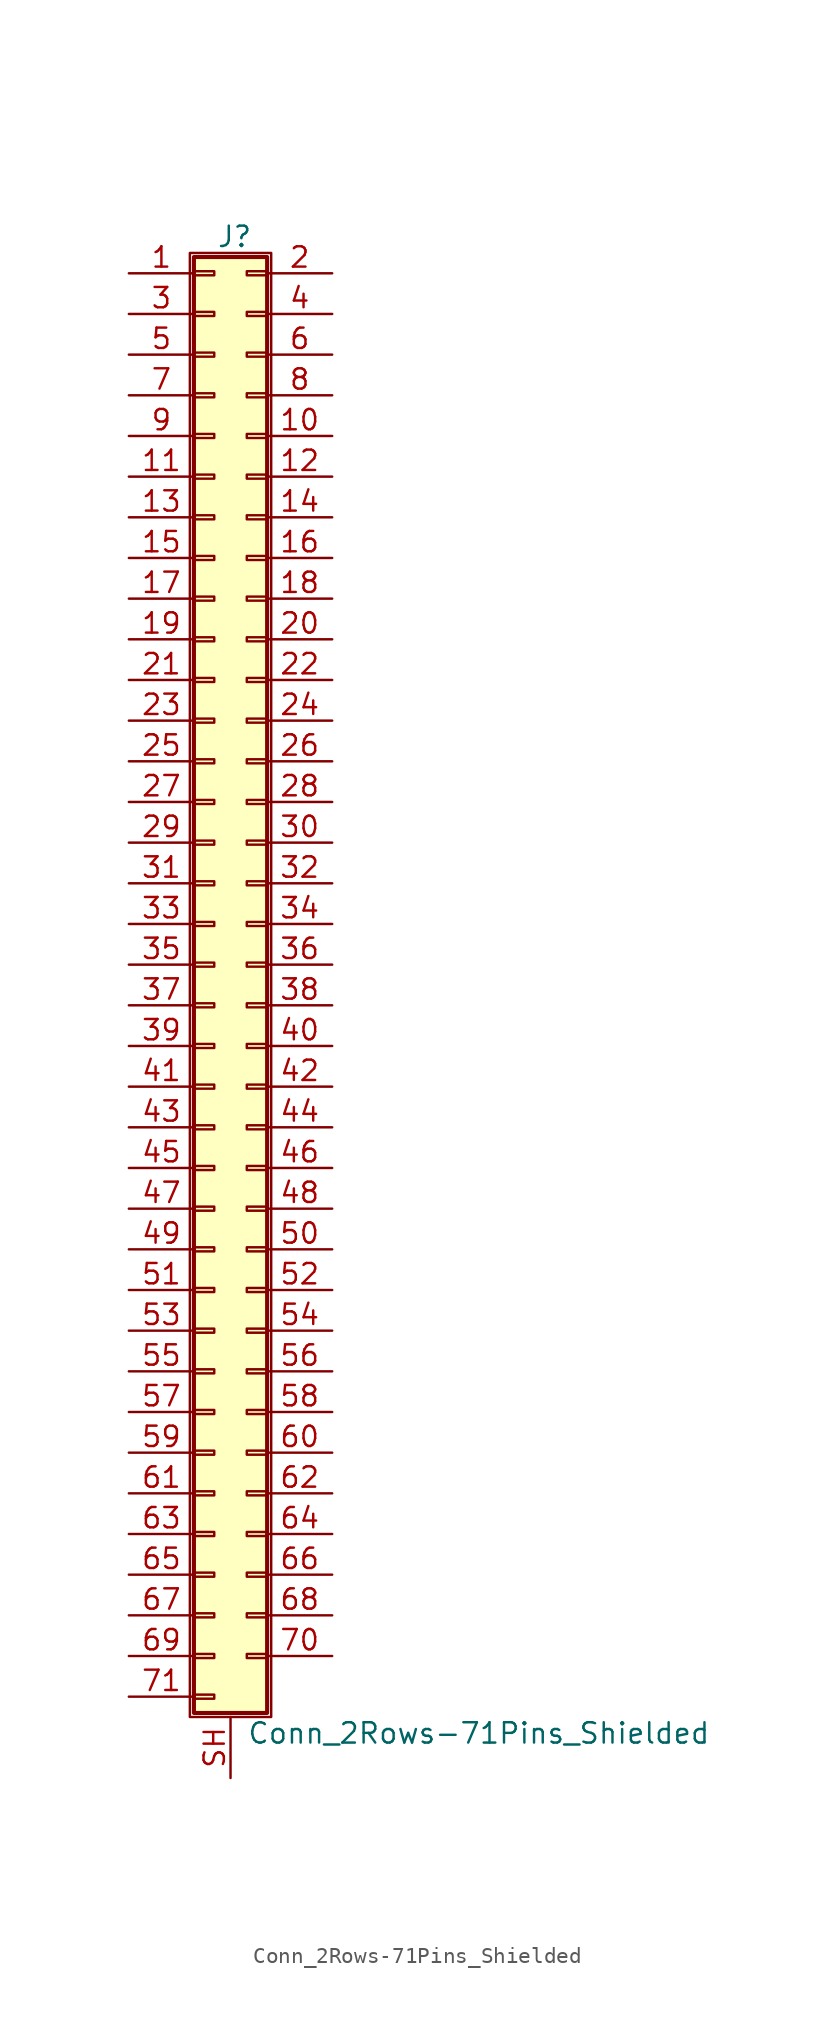
<source format=kicad_sym>
(kicad_symbol_lib
  (version 20211014)
  (generator kicad_symbol_editor)
  (symbol "Conn_2Rows-71Pins_Shielded"
    (pin_names
      (offset 1.016) hide)
    (property "Reference" "J"
      (at 1.524 45.466 0)
      (effects (font (size 1.27 1.27))))
    (property "Value" "Conn_2Rows-71Pins_Shielded"
      (at 2.286 -48.006 0)
      (effects (font (size 1.27 1.27)) (justify left)))
    (symbol "Conn_2Rows-71Pins_Shielded_1_1"
      (rectangle (start -1.27 44.45) (end 3.81 -46.99) (stroke (width 0.152) (type default) (color 0 0 0 0)) (fill (type none)))
      (rectangle (start -1.016 -45.593) (end 0.254 -45.847) (stroke (width 0.152) (type default) (color 0 0 0 0)) (fill (type none)))
      (rectangle (start -1.016 -43.053) (end 0.254 -43.307) (stroke (width 0.152) (type default) (color 0 0 0 0)) (fill (type none)))
      (rectangle (start -1.016 -40.513) (end 0.254 -40.767) (stroke (width 0.152) (type default) (color 0 0 0 0)) (fill (type none)))
      (rectangle (start -1.016 -37.973) (end 0.254 -38.227) (stroke (width 0.152) (type default) (color 0 0 0 0)) (fill (type none)))
      (rectangle (start -1.016 -35.433) (end 0.254 -35.687) (stroke (width 0.152) (type default) (color 0 0 0 0)) (fill (type none)))
      (rectangle (start -1.016 -32.893) (end 0.254 -33.147) (stroke (width 0.152) (type default) (color 0 0 0 0)) (fill (type none)))
      (rectangle (start -1.016 -30.353) (end 0.254 -30.607) (stroke (width 0.152) (type default) (color 0 0 0 0)) (fill (type none)))
      (rectangle (start -1.016 -27.813) (end 0.254 -28.067) (stroke (width 0.152) (type default) (color 0 0 0 0)) (fill (type none)))
      (rectangle (start -1.016 -25.273) (end 0.254 -25.527) (stroke (width 0.152) (type default) (color 0 0 0 0)) (fill (type none)))
      (rectangle (start -1.016 -22.733) (end 0.254 -22.987) (stroke (width 0.152) (type default) (color 0 0 0 0)) (fill (type none)))
      (rectangle (start -1.016 -20.193) (end 0.254 -20.447) (stroke (width 0.152) (type default) (color 0 0 0 0)) (fill (type none)))
      (rectangle (start -1.016 -17.653) (end 0.254 -17.907) (stroke (width 0.152) (type default) (color 0 0 0 0)) (fill (type none)))
      (rectangle (start -1.016 -15.113) (end 0.254 -15.367) (stroke (width 0.152) (type default) (color 0 0 0 0)) (fill (type none)))
      (rectangle (start -1.016 -12.573) (end 0.254 -12.827) (stroke (width 0.152) (type default) (color 0 0 0 0)) (fill (type none)))
      (rectangle (start -1.016 -10.033) (end 0.254 -10.287) (stroke (width 0.152) (type default) (color 0 0 0 0)) (fill (type none)))
      (rectangle (start -1.016 -7.493) (end 0.254 -7.747) (stroke (width 0.152) (type default) (color 0 0 0 0)) (fill (type none)))
      (rectangle (start -1.016 -4.953) (end 0.254 -5.207) (stroke (width 0.152) (type default) (color 0 0 0 0)) (fill (type none)))
      (rectangle (start -1.016 -2.413) (end 0.254 -2.667) (stroke (width 0.152) (type default) (color 0 0 0 0)) (fill (type none)))
      (rectangle (start -1.016 0.127) (end 0.254 -0.127) (stroke (width 0.152) (type default) (color 0 0 0 0)) (fill (type none)))
      (rectangle (start -1.016 2.667) (end 0.254 2.413) (stroke (width 0.152) (type default) (color 0 0 0 0)) (fill (type none)))
      (rectangle (start -1.016 5.207) (end 0.254 4.953) (stroke (width 0.152) (type default) (color 0 0 0 0)) (fill (type none)))
      (rectangle (start -1.016 7.747) (end 0.254 7.493) (stroke (width 0.152) (type default) (color 0 0 0 0)) (fill (type none)))
      (rectangle (start -1.016 10.287) (end 0.254 10.033) (stroke (width 0.152) (type default) (color 0 0 0 0)) (fill (type none)))
      (rectangle (start -1.016 12.827) (end 0.254 12.573) (stroke (width 0.152) (type default) (color 0 0 0 0)) (fill (type none)))
      (rectangle (start -1.016 15.367) (end 0.254 15.113) (stroke (width 0.152) (type default) (color 0 0 0 0)) (fill (type none)))
      (rectangle (start -1.016 17.907) (end 0.254 17.653) (stroke (width 0.152) (type default) (color 0 0 0 0)) (fill (type none)))
      (rectangle (start -1.016 20.447) (end 0.254 20.193) (stroke (width 0.152) (type default) (color 0 0 0 0)) (fill (type none)))
      (rectangle (start -1.016 22.987) (end 0.254 22.733) (stroke (width 0.152) (type default) (color 0 0 0 0)) (fill (type none)))
      (rectangle (start -1.016 25.527) (end 0.254 25.273) (stroke (width 0.152) (type default) (color 0 0 0 0)) (fill (type none)))
      (rectangle (start -1.016 28.067) (end 0.254 27.813) (stroke (width 0.152) (type default) (color 0 0 0 0)) (fill (type none)))
      (rectangle (start -1.016 30.607) (end 0.254 30.353) (stroke (width 0.152) (type default) (color 0 0 0 0)) (fill (type none)))
      (rectangle (start -1.016 33.147) (end 0.254 32.893) (stroke (width 0.152) (type default) (color 0 0 0 0)) (fill (type none)))
      (rectangle (start -1.016 35.687) (end 0.254 35.433) (stroke (width 0.152) (type default) (color 0 0 0 0)) (fill (type none)))
      (rectangle (start -1.016 38.227) (end 0.254 37.973) (stroke (width 0.152) (type default) (color 0 0 0 0)) (fill (type none)))
      (rectangle (start -1.016 40.767) (end 0.254 40.513) (stroke (width 0.152) (type default) (color 0 0 0 0)) (fill (type none)))
      (rectangle (start -1.016 43.307) (end 0.254 43.053) (stroke (width 0.152) (type default) (color 0 0 0 0)) (fill (type none)))
      (rectangle (start -1.016 44.196) (end 3.556 -46.736) (stroke (width 0.254) (type default) (color 0 0 0 0)) (fill (type background)))
      (rectangle (start 3.556 -43.053) (end 2.286 -43.307) (stroke (width 0.152) (type default) (color 0 0 0 0)) (fill (type none)))
      (rectangle (start 3.556 -40.513) (end 2.286 -40.767) (stroke (width 0.152) (type default) (color 0 0 0 0)) (fill (type none)))
      (rectangle (start 3.556 -37.973) (end 2.286 -38.227) (stroke (width 0.152) (type default) (color 0 0 0 0)) (fill (type none)))
      (rectangle (start 3.556 -35.433) (end 2.286 -35.687) (stroke (width 0.152) (type default) (color 0 0 0 0)) (fill (type none)))
      (rectangle (start 3.556 -32.893) (end 2.286 -33.147) (stroke (width 0.152) (type default) (color 0 0 0 0)) (fill (type none)))
      (rectangle (start 3.556 -30.353) (end 2.286 -30.607) (stroke (width 0.152) (type default) (color 0 0 0 0)) (fill (type none)))
      (rectangle (start 3.556 -27.813) (end 2.286 -28.067) (stroke (width 0.152) (type default) (color 0 0 0 0)) (fill (type none)))
      (rectangle (start 3.556 -25.273) (end 2.286 -25.527) (stroke (width 0.152) (type default) (color 0 0 0 0)) (fill (type none)))
      (rectangle (start 3.556 -22.733) (end 2.286 -22.987) (stroke (width 0.152) (type default) (color 0 0 0 0)) (fill (type none)))
      (rectangle (start 3.556 -20.193) (end 2.286 -20.447) (stroke (width 0.152) (type default) (color 0 0 0 0)) (fill (type none)))
      (rectangle (start 3.556 -17.653) (end 2.286 -17.907) (stroke (width 0.152) (type default) (color 0 0 0 0)) (fill (type none)))
      (rectangle (start 3.556 -15.113) (end 2.286 -15.367) (stroke (width 0.152) (type default) (color 0 0 0 0)) (fill (type none)))
      (rectangle (start 3.556 -12.573) (end 2.286 -12.827) (stroke (width 0.152) (type default) (color 0 0 0 0)) (fill (type none)))
      (rectangle (start 3.556 -10.033) (end 2.286 -10.287) (stroke (width 0.152) (type default) (color 0 0 0 0)) (fill (type none)))
      (rectangle (start 3.556 -7.493) (end 2.286 -7.747) (stroke (width 0.152) (type default) (color 0 0 0 0)) (fill (type none)))
      (rectangle (start 3.556 -4.953) (end 2.286 -5.207) (stroke (width 0.152) (type default) (color 0 0 0 0)) (fill (type none)))
      (rectangle (start 3.556 -2.413) (end 2.286 -2.667) (stroke (width 0.152) (type default) (color 0 0 0 0)) (fill (type none)))
      (rectangle (start 3.556 0.127) (end 2.286 -0.127) (stroke (width 0.152) (type default) (color 0 0 0 0)) (fill (type none)))
      (rectangle (start 3.556 2.667) (end 2.286 2.413) (stroke (width 0.152) (type default) (color 0 0 0 0)) (fill (type none)))
      (rectangle (start 3.556 5.207) (end 2.286 4.953) (stroke (width 0.152) (type default) (color 0 0 0 0)) (fill (type none)))
      (rectangle (start 3.556 7.747) (end 2.286 7.493) (stroke (width 0.152) (type default) (color 0 0 0 0)) (fill (type none)))
      (rectangle (start 3.556 10.287) (end 2.286 10.033) (stroke (width 0.152) (type default) (color 0 0 0 0)) (fill (type none)))
      (rectangle (start 3.556 12.827) (end 2.286 12.573) (stroke (width 0.152) (type default) (color 0 0 0 0)) (fill (type none)))
      (rectangle (start 3.556 15.367) (end 2.286 15.113) (stroke (width 0.152) (type default) (color 0 0 0 0)) (fill (type none)))
      (rectangle (start 3.556 17.907) (end 2.286 17.653) (stroke (width 0.152) (type default) (color 0 0 0 0)) (fill (type none)))
      (rectangle (start 3.556 20.447) (end 2.286 20.193) (stroke (width 0.152) (type default) (color 0 0 0 0)) (fill (type none)))
      (rectangle (start 3.556 22.987) (end 2.286 22.733) (stroke (width 0.152) (type default) (color 0 0 0 0)) (fill (type none)))
      (rectangle (start 3.556 25.527) (end 2.286 25.273) (stroke (width 0.152) (type default) (color 0 0 0 0)) (fill (type none)))
      (rectangle (start 3.556 28.067) (end 2.286 27.813) (stroke (width 0.152) (type default) (color 0 0 0 0)) (fill (type none)))
      (rectangle (start 3.556 30.607) (end 2.286 30.353) (stroke (width 0.152) (type default) (color 0 0 0 0)) (fill (type none)))
      (rectangle (start 3.556 33.147) (end 2.286 32.893) (stroke (width 0.152) (type default) (color 0 0 0 0)) (fill (type none)))
      (rectangle (start 3.556 35.687) (end 2.286 35.433) (stroke (width 0.152) (type default) (color 0 0 0 0)) (fill (type none)))
      (rectangle (start 3.556 38.227) (end 2.286 37.973) (stroke (width 0.152) (type default) (color 0 0 0 0)) (fill (type none)))
      (rectangle (start 3.556 40.767) (end 2.286 40.513) (stroke (width 0.152) (type default) (color 0 0 0 0)) (fill (type none)))
      (rectangle (start 3.556 43.307) (end 2.286 43.053) (stroke (width 0.152) (type default) (color 0 0 0 0)) (fill (type none)))
      (pin passive line (at -5.08 43.18 0) (length 4.064) (name "Pin_1" (effects (font (size 1.27 1.27)))) (number "1" (effects (font (size 1.27 1.27)))))
      (pin passive line (at 7.62 33.02 180) (length 4.064) (name "Pin_10" (effects (font (size 1.27 1.27)))) (number "10" (effects (font (size 1.27 1.27)))))
      (pin passive line (at -5.08 30.48 0) (length 4.064) (name "Pin_11" (effects (font (size 1.27 1.27)))) (number "11" (effects (font (size 1.27 1.27)))))
      (pin passive line (at 7.62 30.48 180) (length 4.064) (name "Pin_12" (effects (font (size 1.27 1.27)))) (number "12" (effects (font (size 1.27 1.27)))))
      (pin passive line (at -5.08 27.94 0) (length 4.064) (name "Pin_13" (effects (font (size 1.27 1.27)))) (number "13" (effects (font (size 1.27 1.27)))))
      (pin passive line (at 7.62 27.94 180) (length 4.064) (name "Pin_14" (effects (font (size 1.27 1.27)))) (number "14" (effects (font (size 1.27 1.27)))))
      (pin passive line (at -5.08 25.4 0) (length 4.064) (name "Pin_15" (effects (font (size 1.27 1.27)))) (number "15" (effects (font (size 1.27 1.27)))))
      (pin passive line (at 7.62 25.4 180) (length 4.064) (name "Pin_16" (effects (font (size 1.27 1.27)))) (number "16" (effects (font (size 1.27 1.27)))))
      (pin passive line (at -5.08 22.86 0) (length 4.064) (name "Pin_17" (effects (font (size 1.27 1.27)))) (number "17" (effects (font (size 1.27 1.27)))))
      (pin passive line (at 7.62 22.86 180) (length 4.064) (name "Pin_18" (effects (font (size 1.27 1.27)))) (number "18" (effects (font (size 1.27 1.27)))))
      (pin passive line (at -5.08 20.32 0) (length 4.064) (name "Pin_19" (effects (font (size 1.27 1.27)))) (number "19" (effects (font (size 1.27 1.27)))))
      (pin passive line (at 7.62 43.18 180) (length 4.064) (name "Pin_2" (effects (font (size 1.27 1.27)))) (number "2" (effects (font (size 1.27 1.27)))))
      (pin passive line (at 7.62 20.32 180) (length 4.064) (name "Pin_20" (effects (font (size 1.27 1.27)))) (number "20" (effects (font (size 1.27 1.27)))))
      (pin passive line (at -5.08 17.78 0) (length 4.064) (name "Pin_21" (effects (font (size 1.27 1.27)))) (number "21" (effects (font (size 1.27 1.27)))))
      (pin passive line (at 7.62 17.78 180) (length 4.064) (name "Pin_22" (effects (font (size 1.27 1.27)))) (number "22" (effects (font (size 1.27 1.27)))))
      (pin passive line (at -5.08 15.24 0) (length 4.064) (name "Pin_23" (effects (font (size 1.27 1.27)))) (number "23" (effects (font (size 1.27 1.27)))))
      (pin passive line (at 7.62 15.24 180) (length 4.064) (name "Pin_24" (effects (font (size 1.27 1.27)))) (number "24" (effects (font (size 1.27 1.27)))))
      (pin passive line (at -5.08 12.7 0) (length 4.064) (name "Pin_25" (effects (font (size 1.27 1.27)))) (number "25" (effects (font (size 1.27 1.27)))))
      (pin passive line (at 7.62 12.7 180) (length 4.064) (name "Pin_26" (effects (font (size 1.27 1.27)))) (number "26" (effects (font (size 1.27 1.27)))))
      (pin passive line (at -5.08 10.16 0) (length 4.064) (name "Pin_27" (effects (font (size 1.27 1.27)))) (number "27" (effects (font (size 1.27 1.27)))))
      (pin passive line (at 7.62 10.16 180) (length 4.064) (name "Pin_28" (effects (font (size 1.27 1.27)))) (number "28" (effects (font (size 1.27 1.27)))))
      (pin passive line (at -5.08 7.62 0) (length 4.064) (name "Pin_29" (effects (font (size 1.27 1.27)))) (number "29" (effects (font (size 1.27 1.27)))))
      (pin passive line (at -5.08 40.64 0) (length 4.064) (name "Pin_3" (effects (font (size 1.27 1.27)))) (number "3" (effects (font (size 1.27 1.27)))))
      (pin passive line (at 7.62 7.62 180) (length 4.064) (name "Pin_30" (effects (font (size 1.27 1.27)))) (number "30" (effects (font (size 1.27 1.27)))))
      (pin passive line (at -5.08 5.08 0) (length 4.064) (name "Pin_31" (effects (font (size 1.27 1.27)))) (number "31" (effects (font (size 1.27 1.27)))))
      (pin passive line (at 7.62 5.08 180) (length 4.064) (name "Pin_32" (effects (font (size 1.27 1.27)))) (number "32" (effects (font (size 1.27 1.27)))))
      (pin passive line (at -5.08 2.54 0) (length 4.064) (name "Pin_33" (effects (font (size 1.27 1.27)))) (number "33" (effects (font (size 1.27 1.27)))))
      (pin passive line (at 7.62 2.54 180) (length 4.064) (name "Pin_34" (effects (font (size 1.27 1.27)))) (number "34" (effects (font (size 1.27 1.27)))))
      (pin passive line (at -5.08 0 0) (length 4.064) (name "Pin_35" (effects (font (size 1.27 1.27)))) (number "35" (effects (font (size 1.27 1.27)))))
      (pin passive line (at 7.62 0 180) (length 4.064) (name "Pin_36" (effects (font (size 1.27 1.27)))) (number "36" (effects (font (size 1.27 1.27)))))
      (pin passive line (at -5.08 -2.54 0) (length 4.064) (name "Pin_37" (effects (font (size 1.27 1.27)))) (number "37" (effects (font (size 1.27 1.27)))))
      (pin passive line (at 7.62 -2.54 180) (length 4.064) (name "Pin_38" (effects (font (size 1.27 1.27)))) (number "38" (effects (font (size 1.27 1.27)))))
      (pin passive line (at -5.08 -5.08 0) (length 4.064) (name "Pin_39" (effects (font (size 1.27 1.27)))) (number "39" (effects (font (size 1.27 1.27)))))
      (pin passive line (at 7.62 40.64 180) (length 4.064) (name "Pin_4" (effects (font (size 1.27 1.27)))) (number "4" (effects (font (size 1.27 1.27)))))
      (pin passive line (at 7.62 -5.08 180) (length 4.064) (name "Pin_40" (effects (font (size 1.27 1.27)))) (number "40" (effects (font (size 1.27 1.27)))))
      (pin passive line (at -5.08 -7.62 0) (length 4.064) (name "Pin_41" (effects (font (size 1.27 1.27)))) (number "41" (effects (font (size 1.27 1.27)))))
      (pin passive line (at 7.62 -7.62 180) (length 4.064) (name "Pin_42" (effects (font (size 1.27 1.27)))) (number "42" (effects (font (size 1.27 1.27)))))
      (pin passive line (at -5.08 -10.16 0) (length 4.064) (name "Pin_43" (effects (font (size 1.27 1.27)))) (number "43" (effects (font (size 1.27 1.27)))))
      (pin passive line (at 7.62 -10.16 180) (length 4.064) (name "Pin_44" (effects (font (size 1.27 1.27)))) (number "44" (effects (font (size 1.27 1.27)))))
      (pin passive line (at -5.08 -12.7 0) (length 4.064) (name "Pin_45" (effects (font (size 1.27 1.27)))) (number "45" (effects (font (size 1.27 1.27)))))
      (pin passive line (at 7.62 -12.7 180) (length 4.064) (name "Pin_46" (effects (font (size 1.27 1.27)))) (number "46" (effects (font (size 1.27 1.27)))))
      (pin passive line (at -5.08 -15.24 0) (length 4.064) (name "Pin_47" (effects (font (size 1.27 1.27)))) (number "47" (effects (font (size 1.27 1.27)))))
      (pin passive line (at 7.62 -15.24 180) (length 4.064) (name "Pin_48" (effects (font (size 1.27 1.27)))) (number "48" (effects (font (size 1.27 1.27)))))
      (pin passive line (at -5.08 -17.78 0) (length 4.064) (name "Pin_49" (effects (font (size 1.27 1.27)))) (number "49" (effects (font (size 1.27 1.27)))))
      (pin passive line (at -5.08 38.1 0) (length 4.064) (name "Pin_5" (effects (font (size 1.27 1.27)))) (number "5" (effects (font (size 1.27 1.27)))))
      (pin passive line (at 7.62 -17.78 180) (length 4.064) (name "Pin_50" (effects (font (size 1.27 1.27)))) (number "50" (effects (font (size 1.27 1.27)))))
      (pin passive line (at -5.08 -20.32 0) (length 4.064) (name "Pin_51" (effects (font (size 1.27 1.27)))) (number "51" (effects (font (size 1.27 1.27)))))
      (pin passive line (at 7.62 -20.32 180) (length 4.064) (name "Pin_52" (effects (font (size 1.27 1.27)))) (number "52" (effects (font (size 1.27 1.27)))))
      (pin passive line (at -5.08 -22.86 0) (length 4.064) (name "Pin_53" (effects (font (size 1.27 1.27)))) (number "53" (effects (font (size 1.27 1.27)))))
      (pin passive line (at 7.62 -22.86 180) (length 4.064) (name "Pin_54" (effects (font (size 1.27 1.27)))) (number "54" (effects (font (size 1.27 1.27)))))
      (pin passive line (at -5.08 -25.4 0) (length 4.064) (name "Pin_55" (effects (font (size 1.27 1.27)))) (number "55" (effects (font (size 1.27 1.27)))))
      (pin passive line (at 7.62 -25.4 180) (length 4.064) (name "Pin_56" (effects (font (size 1.27 1.27)))) (number "56" (effects (font (size 1.27 1.27)))))
      (pin passive line (at -5.08 -27.94 0) (length 4.064) (name "Pin_57" (effects (font (size 1.27 1.27)))) (number "57" (effects (font (size 1.27 1.27)))))
      (pin passive line (at 7.62 -27.94 180) (length 4.064) (name "Pin_58" (effects (font (size 1.27 1.27)))) (number "58" (effects (font (size 1.27 1.27)))))
      (pin passive line (at -5.08 -30.48 0) (length 4.064) (name "Pin_59" (effects (font (size 1.27 1.27)))) (number "59" (effects (font (size 1.27 1.27)))))
      (pin passive line (at 7.62 38.1 180) (length 4.064) (name "Pin_6" (effects (font (size 1.27 1.27)))) (number "6" (effects (font (size 1.27 1.27)))))
      (pin passive line (at 7.62 -30.48 180) (length 4.064) (name "Pin_60" (effects (font (size 1.27 1.27)))) (number "60" (effects (font (size 1.27 1.27)))))
      (pin passive line (at -5.08 -33.02 0) (length 4.064) (name "Pin_61" (effects (font (size 1.27 1.27)))) (number "61" (effects (font (size 1.27 1.27)))))
      (pin passive line (at 7.62 -33.02 180) (length 4.064) (name "Pin_62" (effects (font (size 1.27 1.27)))) (number "62" (effects (font (size 1.27 1.27)))))
      (pin passive line (at -5.08 -35.56 0) (length 4.064) (name "Pin_63" (effects (font (size 1.27 1.27)))) (number "63" (effects (font (size 1.27 1.27)))))
      (pin passive line (at 7.62 -35.56 180) (length 4.064) (name "Pin_64" (effects (font (size 1.27 1.27)))) (number "64" (effects (font (size 1.27 1.27)))))
      (pin passive line (at -5.08 -38.1 0) (length 4.064) (name "Pin_65" (effects (font (size 1.27 1.27)))) (number "65" (effects (font (size 1.27 1.27)))))
      (pin passive line (at 7.62 -38.1 180) (length 4.064) (name "Pin_66" (effects (font (size 1.27 1.27)))) (number "66" (effects (font (size 1.27 1.27)))))
      (pin passive line (at -5.08 -40.64 0) (length 4.064) (name "Pin_67" (effects (font (size 1.27 1.27)))) (number "67" (effects (font (size 1.27 1.27)))))
      (pin passive line (at 7.62 -40.64 180) (length 4.064) (name "Pin_68" (effects (font (size 1.27 1.27)))) (number "68" (effects (font (size 1.27 1.27)))))
      (pin passive line (at -5.08 -43.18 0) (length 4.064) (name "Pin_69" (effects (font (size 1.27 1.27)))) (number "69" (effects (font (size 1.27 1.27)))))
      (pin passive line (at -5.08 35.56 0) (length 4.064) (name "Pin_7" (effects (font (size 1.27 1.27)))) (number "7" (effects (font (size 1.27 1.27)))))
      (pin passive line (at 7.62 -43.18 180) (length 4.064) (name "Pin_70" (effects (font (size 1.27 1.27)))) (number "70" (effects (font (size 1.27 1.27)))))
      (pin passive line (at -5.08 -45.72 0) (length 4.064) (name "Pin_71" (effects (font (size 1.27 1.27)))) (number "71" (effects (font (size 1.27 1.27)))))
      (pin passive line (at 7.62 35.56 180) (length 4.064) (name "Pin_8" (effects (font (size 1.27 1.27)))) (number "8" (effects (font (size 1.27 1.27)))))
      (pin passive line (at -5.08 33.02 0) (length 4.064) (name "Pin_9" (effects (font (size 1.27 1.27)))) (number "9" (effects (font (size 1.27 1.27)))))
      (pin passive line (at 1.27 -50.8 90) (length 3.81) (name "Shield" (effects (font (size 1.27 1.27)))) (number "SH" (effects (font (size 1.27 1.27))))))))
</source>
